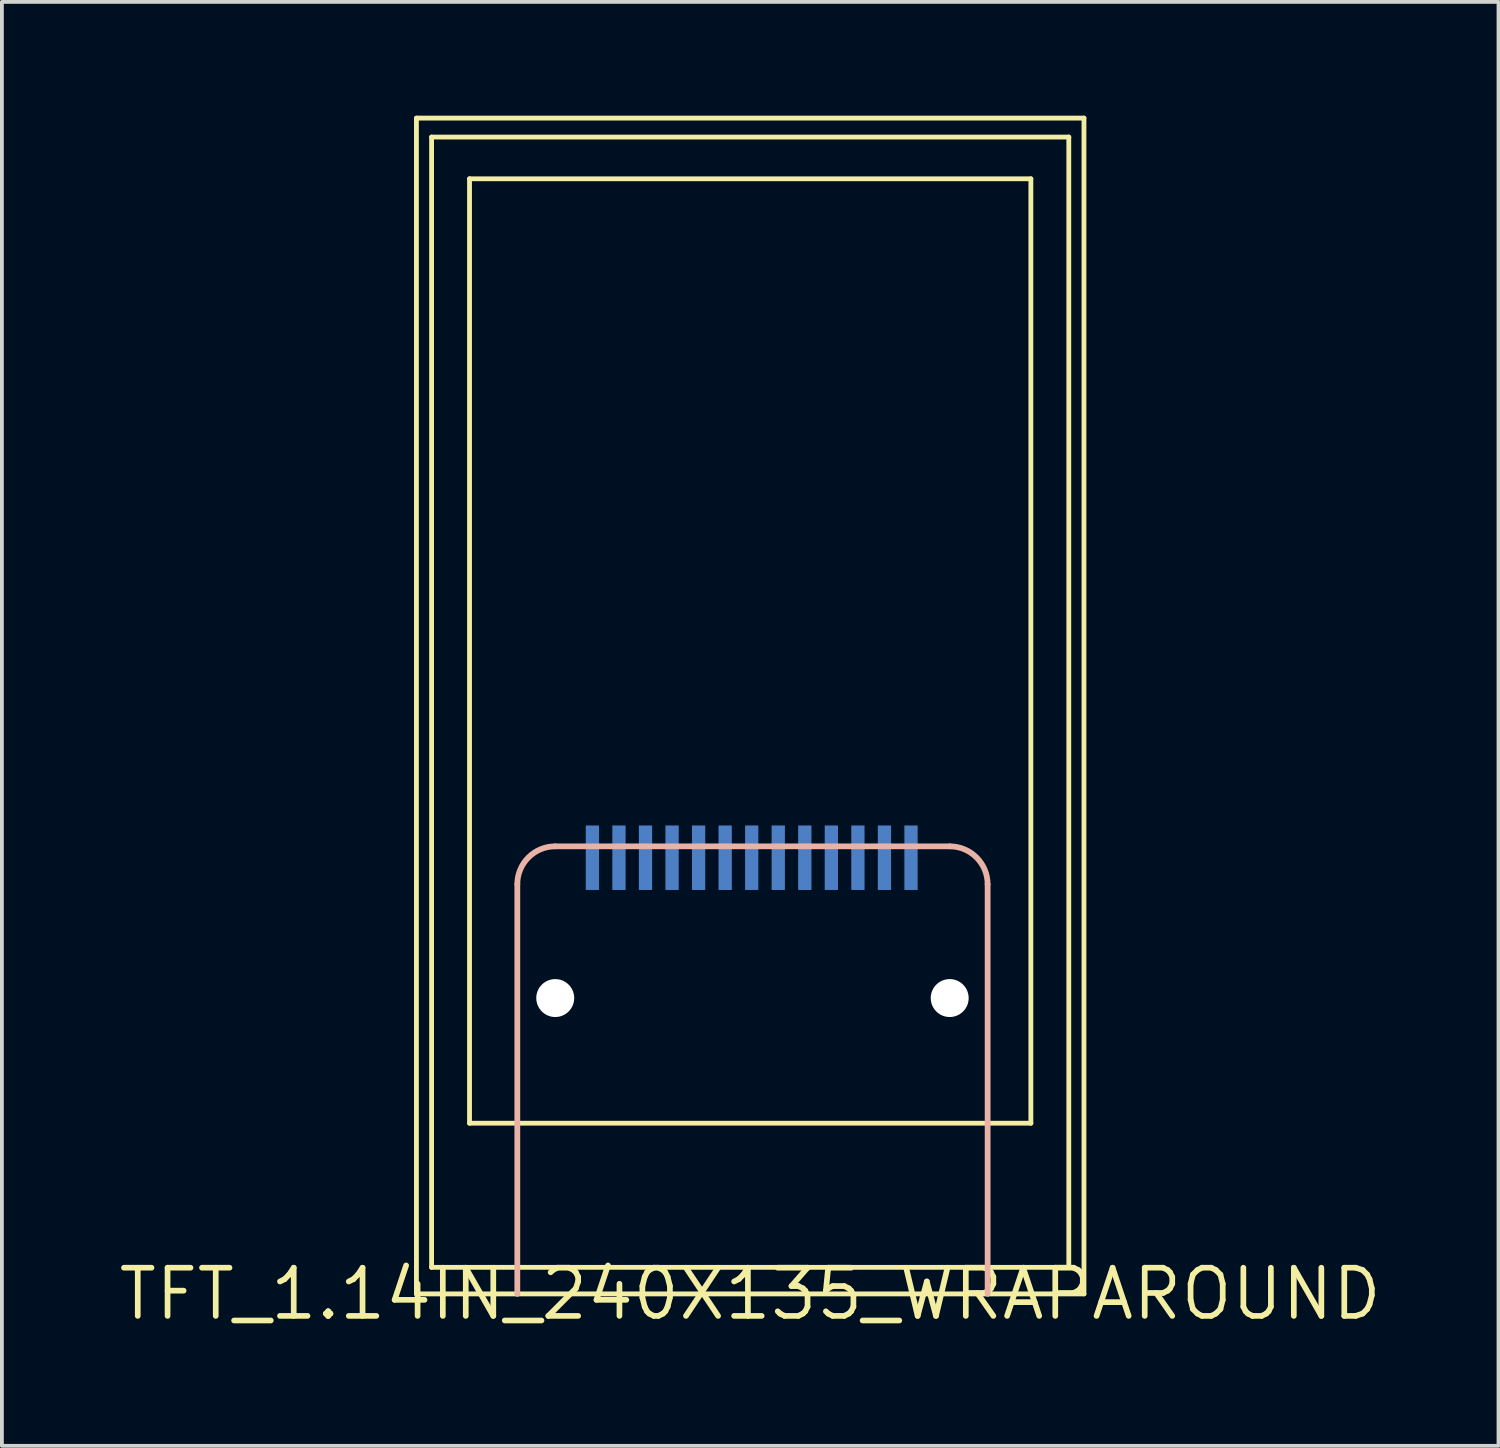
<source format=kicad_pcb>
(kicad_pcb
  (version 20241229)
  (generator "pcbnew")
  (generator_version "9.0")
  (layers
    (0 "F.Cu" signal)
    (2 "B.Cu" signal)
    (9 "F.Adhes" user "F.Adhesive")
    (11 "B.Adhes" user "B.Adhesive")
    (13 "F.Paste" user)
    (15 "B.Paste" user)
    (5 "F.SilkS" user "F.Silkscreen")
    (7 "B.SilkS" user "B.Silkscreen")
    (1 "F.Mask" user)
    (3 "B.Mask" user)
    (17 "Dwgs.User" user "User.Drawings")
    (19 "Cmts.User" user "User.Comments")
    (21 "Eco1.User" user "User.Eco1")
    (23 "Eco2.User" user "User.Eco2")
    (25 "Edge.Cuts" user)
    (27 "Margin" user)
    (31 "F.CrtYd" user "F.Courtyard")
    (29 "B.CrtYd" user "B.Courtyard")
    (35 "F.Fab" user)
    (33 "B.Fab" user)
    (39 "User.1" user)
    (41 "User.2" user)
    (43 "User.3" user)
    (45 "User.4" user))
  (footprint "TFT_1.14IN_240X135_WRAPAROUND"
    (layer "F.Cu")
    (at 16.729 31.064)
    (property "Reference" "TFT_1.14IN_240X135_WRAPAROUND" (at 0 0 0) (layer "F.SilkS") (effects (font (size 1.27 1.27) (thickness 0.15))))
    (attr through_hole)
    (fp_line (start -8.8 -31) (end -8.8 0) (stroke (width 0.127) (type solid)) (layer "F.SilkS"))
    (fp_line (start -8.8 0) (end 8.8 0) (stroke (width 0.127) (type solid)) (layer "F.SilkS"))
    (fp_line (start -8.4 -30.5) (end 8.4 -30.5) (stroke (width 0.127) (type solid)) (layer "F.SilkS"))
    (fp_line (start -8.4 -0.7) (end -8.4 -30.5) (stroke (width 0.127) (type solid)) (layer "F.SilkS"))
    (fp_line (start -7.4 -29.4) (end 7.4 -29.4) (stroke (width 0.127) (type solid)) (layer "F.SilkS"))
    (fp_line (start -7.4 -4.5) (end -7.4 -29.4) (stroke (width 0.127) (type solid)) (layer "F.SilkS"))
    (fp_line (start 7.4 -29.4) (end 7.4 -4.5) (stroke (width 0.127) (type solid)) (layer "F.SilkS"))
    (fp_line (start 7.4 -4.5) (end -7.4 -4.5) (stroke (width 0.127) (type solid)) (layer "F.SilkS"))
    (fp_line (start 8.4 -30.5) (end 8.4 -0.7) (stroke (width 0.127) (type solid)) (layer "F.SilkS"))
    (fp_line (start 8.4 -0.7) (end -8.4 -0.7) (stroke (width 0.127) (type solid)) (layer "F.SilkS"))
    (fp_line (start 8.8 -31) (end -8.8 -31) (stroke (width 0.127) (type solid)) (layer "F.SilkS"))
    (fp_line (start 8.8 0) (end 8.8 -31) (stroke (width 0.127) (type solid)) (layer "F.SilkS"))
    (fp_line (start -6.14 -10.8) (end -6.14 0) (stroke (width 0.152) (type solid)) (layer "B.SilkS"))
    (fp_line (start -5.14 -11.8) (end 5.26 -11.8) (stroke (width 0.152) (type solid)) (layer "B.SilkS"))
    (fp_line (start 6.26 -10.8) (end 6.26 0) (stroke (width 0.152) (type solid)) (layer "B.SilkS"))
    (fp_arc (start -6.14 -10.8) (mid -5.847107 -11.507107) (end -5.14 -11.8) (stroke (width 0.1524) (type solid)) (layer "B.SilkS"))
    (fp_arc (start 5.26 -11.8) (mid 5.967107 -11.507107) (end 6.26 -10.8) (stroke (width 0.1524) (type solid)) (layer "B.SilkS"))
    (pad "" np_thru_hole circle (at -5.14 -7.8) (size 1 1) (drill 1) (layers "*.Cu" "*.Mask"))
    (pad "" np_thru_hole circle (at 5.26 -7.8) (size 1 1) (drill 1) (layers "*.Cu" "*.Mask"))
    (pad "1" smd rect (at 4.24 -11.5 270) (size 1.7 0.35) (layers "B.Cu" "B.Mask"))
    (pad "2" smd rect (at 3.54 -11.5 270) (size 1.7 0.35) (layers "B.Cu" "B.Mask"))
    (pad "3" smd rect (at 2.84 -11.5 270) (size 1.7 0.35) (layers "B.Cu" "B.Mask"))
    (pad "4" smd rect (at 2.14 -11.5 270) (size 1.7 0.35) (layers "B.Cu" "B.Mask"))
    (pad "5" smd rect (at 1.44 -11.5 270) (size 1.7 0.35) (layers "B.Cu" "B.Mask"))
    (pad "6" smd rect (at 0.74 -11.5 270) (size 1.7 0.35) (layers "B.Cu" "B.Mask"))
    (pad "7" smd rect (at 0.04 -11.5 270) (size 1.7 0.35) (layers "B.Cu" "B.Mask"))
    (pad "8" smd rect (at -0.66 -11.5 270) (size 1.7 0.35) (layers "B.Cu" "B.Mask"))
    (pad "9" smd rect (at -1.36 -11.5 270) (size 1.7 0.35) (layers "B.Cu" "B.Mask"))
    (pad "10" smd rect (at -2.06 -11.5 270) (size 1.7 0.35) (layers "B.Cu" "B.Mask"))
    (pad "11" smd rect (at -2.76 -11.5 270) (size 1.7 0.35) (layers "B.Cu" "B.Mask"))
    (pad "12" smd rect (at -3.46 -11.5 270) (size 1.7 0.35) (layers "B.Cu" "B.Mask"))
    (pad "13" smd rect (at -4.16 -11.5 270) (size 1.7 0.35) (layers "B.Cu" "B.Mask")))
  (gr_rect
    (start -3 -3)
    (end 36.458 35.07)
    (stroke (width 0.1) (type default))
    (fill no)
    (layer "Edge.Cuts")))
</source>
